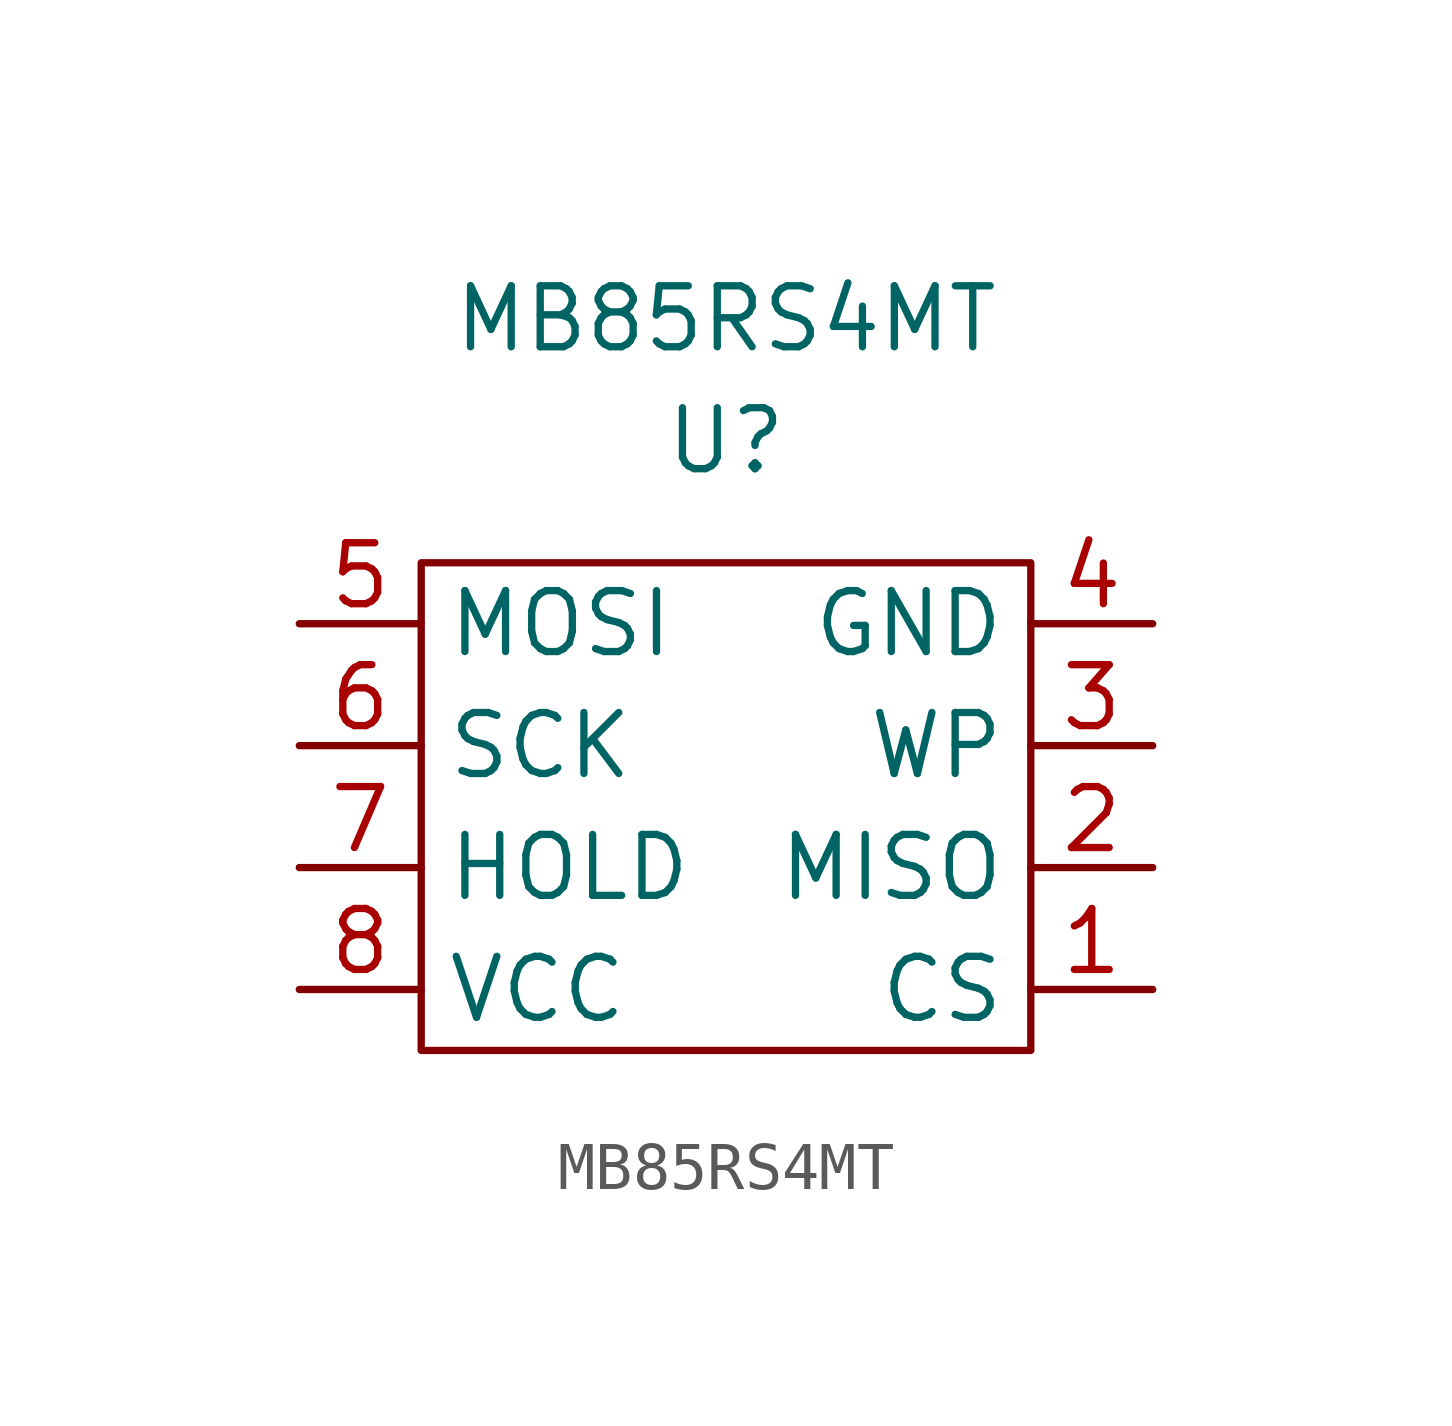
<source format=kicad_sym>
(kicad_symbol_lib
  (version 20211014)
  (generator kicad_symbol_editor)
  (symbol "MB85RS4MT"
    (property "Reference" "U"
      (at 0 7.62 0)
      (effects (font (size 1.27 1.27))))
    (property "Value" "MB85RS4MT"
      (at 0 10.16 0)
      (effects (font (size 1.27 1.27))))
    (symbol "MB85RS4MT_0_1"
      (polyline (pts (xy -6.35 -5.08) (xy -6.35 5.08) (xy 6.35 5.08) (xy 6.35 -5.08) (xy -6.35 -5.08)) (stroke (width 0) (type default) (color 0 0 0 0)) (fill (type none))))
    (symbol "MB85RS4MT_1_1"
      (pin passive line (at 8.89 -3.81 180) (length 2.54) (name "CS" (effects (font (size 1.27 1.27)))) (number "1" (effects (font (size 1.27 1.27)))))
      (pin passive line (at 8.89 -1.27 180) (length 2.54) (name "MISO" (effects (font (size 1.27 1.27)))) (number "2" (effects (font (size 1.27 1.27)))))
      (pin passive line (at 8.89 1.27 180) (length 2.54) (name "WP" (effects (font (size 1.27 1.27)))) (number "3" (effects (font (size 1.27 1.27)))))
      (pin passive line (at 8.89 3.81 180) (length 2.54) (name "GND" (effects (font (size 1.27 1.27)))) (number "4" (effects (font (size 1.27 1.27)))))
      (pin passive line (at -8.89 3.81 0) (length 2.54) (name "MOSI" (effects (font (size 1.27 1.27)))) (number "5" (effects (font (size 1.27 1.27)))))
      (pin passive line (at -8.89 1.27 0) (length 2.54) (name "SCK" (effects (font (size 1.27 1.27)))) (number "6" (effects (font (size 1.27 1.27)))))
      (pin passive line (at -8.89 -1.27 0) (length 2.54) (name "HOLD" (effects (font (size 1.27 1.27)))) (number "7" (effects (font (size 1.27 1.27)))))
      (pin passive line (at -8.89 -3.81 0) (length 2.54) (name "VCC" (effects (font (size 1.27 1.27)))) (number "8" (effects (font (size 1.27 1.27))))))))
</source>
